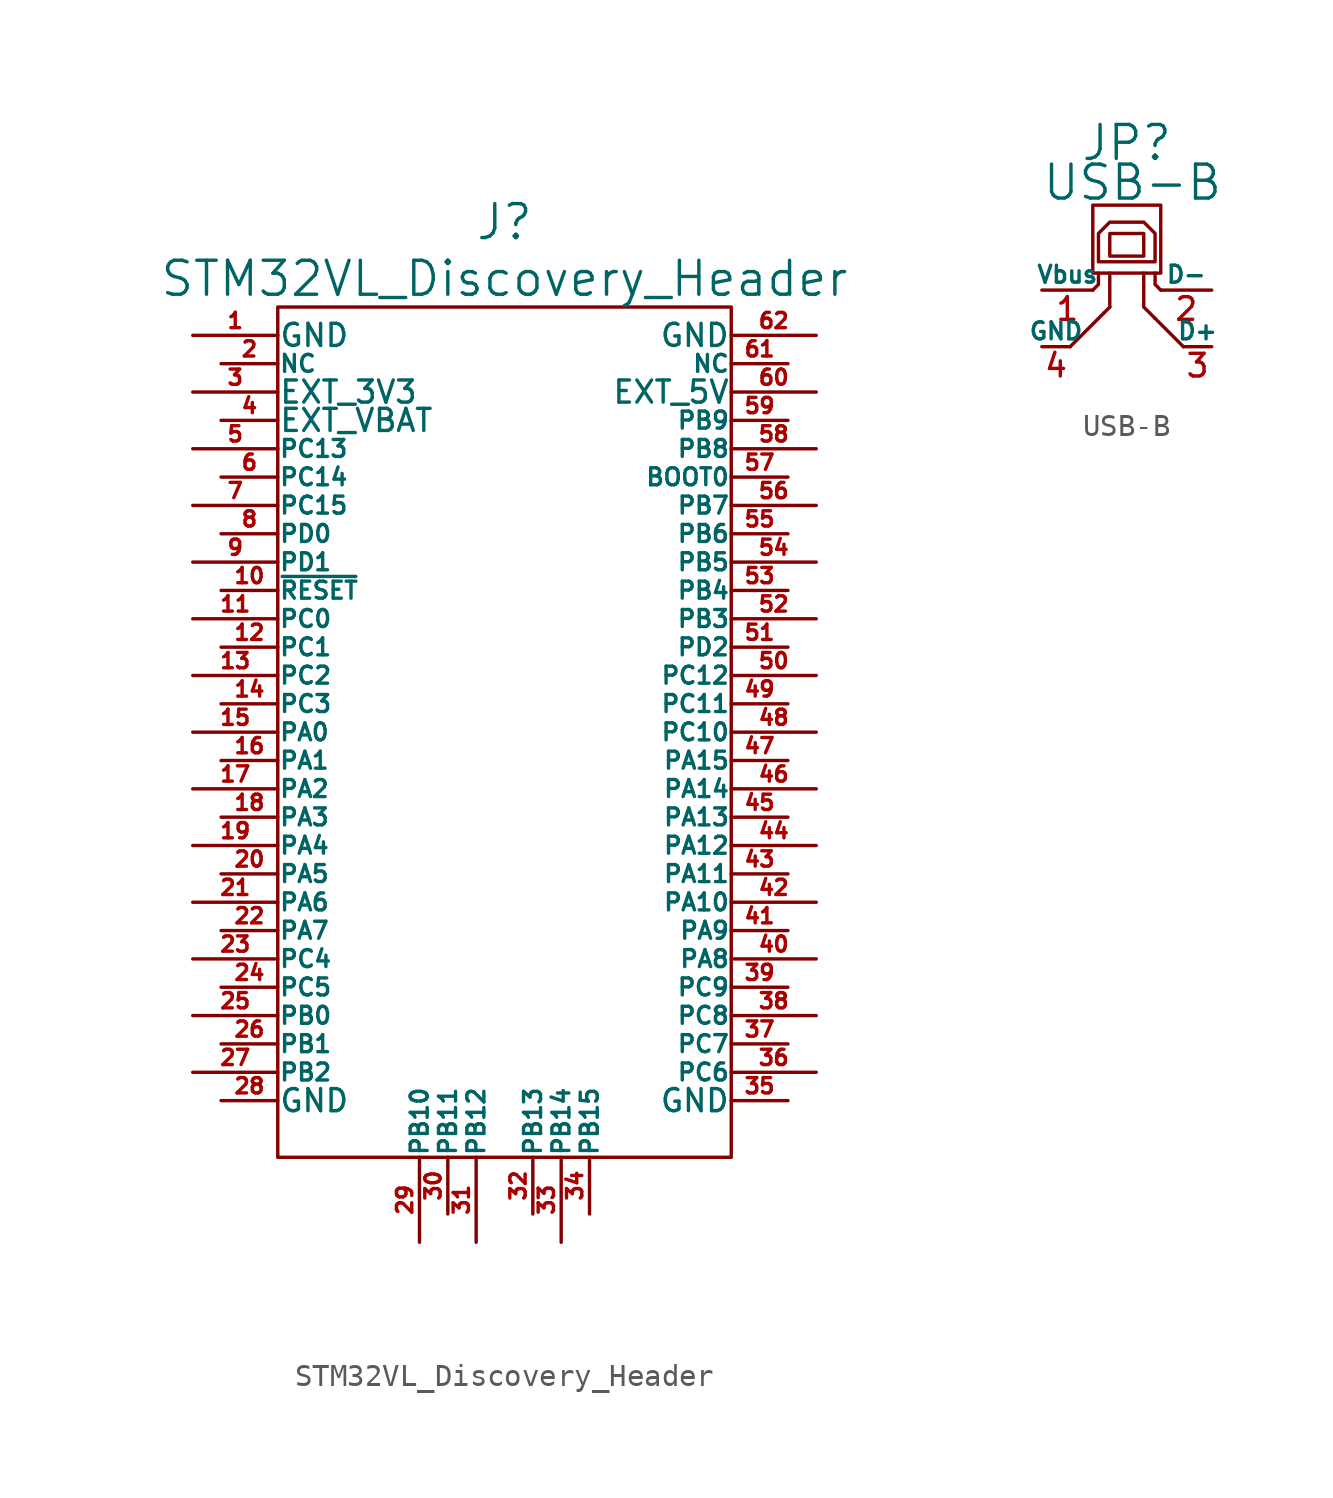
<source format=kicad_sym>
(kicad_symbol_lib
  (version 20220914)
  (generator kicad_symbol_editor)
  (symbol "STM32VL_Discovery_Header"
    (pin_names
      (offset 0.025))
    (property "Reference" "J"
      (at 0 22.86 0)
      (effects (font (size 1.524 1.524))))
    (property "Value" "STM32VL_Discovery_Header"
      (at 0 20.32 0)
      (effects (font (size 1.524 1.524))))
    (property "Footprint" ""
      (at 0 -2.54 0)
      (effects (font (size 1.524 1.524))))
    (property "Datasheet" ""
      (at 0 0 0)
      (effects (font (size 1.524 1.524))))
    (symbol "STM32VL_Discovery_Header_0_1"
      (rectangle (start -10.16 19.05) (end 10.16 -19.05) (stroke (width 0) (type solid)) (fill (type none))))
    (symbol "STM32VL_Discovery_Header_1_1"
      (pin passive line (at -13.97 17.78 0) (length 3.81) (name "GND" (effects (font (size 0.991 0.991)))) (number "1" (effects (font (size 0.686 0.686)))))
      (pin passive line (at -12.7 6.35 0) (length 2.54) (name "~{RESET}" (effects (font (size 0.762 0.762)))) (number "10" (effects (font (size 0.686 0.686)))))
      (pin passive line (at -13.97 5.08 0) (length 3.81) (name "PC0" (effects (font (size 0.762 0.762)))) (number "11" (effects (font (size 0.686 0.686)))))
      (pin passive line (at -12.7 3.81 0) (length 2.54) (name "PC1" (effects (font (size 0.762 0.762)))) (number "12" (effects (font (size 0.686 0.686)))))
      (pin passive line (at -13.97 2.54 0) (length 3.81) (name "PC2" (effects (font (size 0.762 0.762)))) (number "13" (effects (font (size 0.686 0.686)))))
      (pin passive line (at -12.7 1.27 0) (length 2.54) (name "PC3" (effects (font (size 0.762 0.762)))) (number "14" (effects (font (size 0.686 0.686)))))
      (pin passive line (at -13.97 0 0) (length 3.81) (name "PA0" (effects (font (size 0.762 0.762)))) (number "15" (effects (font (size 0.686 0.686)))))
      (pin passive line (at -12.7 -1.27 0) (length 2.54) (name "PA1" (effects (font (size 0.762 0.762)))) (number "16" (effects (font (size 0.686 0.686)))))
      (pin passive line (at -13.97 -2.54 0) (length 3.81) (name "PA2" (effects (font (size 0.762 0.762)))) (number "17" (effects (font (size 0.686 0.686)))))
      (pin passive line (at -12.7 -3.81 0) (length 2.54) (name "PA3" (effects (font (size 0.762 0.762)))) (number "18" (effects (font (size 0.686 0.686)))))
      (pin passive line (at -13.97 -5.08 0) (length 3.81) (name "PA4" (effects (font (size 0.762 0.762)))) (number "19" (effects (font (size 0.686 0.686)))))
      (pin passive line (at -12.7 16.51 0) (length 2.54) (name "NC" (effects (font (size 0.762 0.762)))) (number "2" (effects (font (size 0.686 0.686)))))
      (pin passive line (at -12.7 -6.35 0) (length 2.54) (name "PA5" (effects (font (size 0.762 0.762)))) (number "20" (effects (font (size 0.686 0.686)))))
      (pin passive line (at -13.97 -7.62 0) (length 3.81) (name "PA6" (effects (font (size 0.762 0.762)))) (number "21" (effects (font (size 0.686 0.686)))))
      (pin passive line (at -12.7 -8.89 0) (length 2.54) (name "PA7" (effects (font (size 0.762 0.762)))) (number "22" (effects (font (size 0.686 0.686)))))
      (pin passive line (at -13.97 -10.16 0) (length 3.81) (name "PC4" (effects (font (size 0.762 0.762)))) (number "23" (effects (font (size 0.686 0.686)))))
      (pin passive line (at -12.7 -11.43 0) (length 2.54) (name "PC5" (effects (font (size 0.762 0.762)))) (number "24" (effects (font (size 0.686 0.686)))))
      (pin passive line (at -13.97 -12.7 0) (length 3.81) (name "PB0" (effects (font (size 0.762 0.762)))) (number "25" (effects (font (size 0.686 0.686)))))
      (pin passive line (at -12.7 -13.97 0) (length 2.54) (name "PB1" (effects (font (size 0.762 0.762)))) (number "26" (effects (font (size 0.686 0.686)))))
      (pin passive line (at -13.97 -15.24 0) (length 3.81) (name "PB2" (effects (font (size 0.762 0.762)))) (number "27" (effects (font (size 0.686 0.686)))))
      (pin passive line (at -12.7 -16.51 0) (length 2.54) (name "GND" (effects (font (size 0.991 0.991)))) (number "28" (effects (font (size 0.686 0.686)))))
      (pin passive line (at -3.81 -22.86 90) (length 3.81) (name "PB10" (effects (font (size 0.762 0.762)))) (number "29" (effects (font (size 0.686 0.686)))))
      (pin passive line (at -13.97 15.24 0) (length 3.81) (name "EXT_3V3" (effects (font (size 0.991 0.991)))) (number "3" (effects (font (size 0.686 0.686)))))
      (pin passive line (at -2.54 -21.59 90) (length 2.54) (name "PB11" (effects (font (size 0.762 0.762)))) (number "30" (effects (font (size 0.686 0.686)))))
      (pin passive line (at -1.27 -22.86 90) (length 3.81) (name "PB12" (effects (font (size 0.762 0.762)))) (number "31" (effects (font (size 0.686 0.686)))))
      (pin passive line (at 1.27 -21.59 90) (length 2.54) (name "PB13" (effects (font (size 0.762 0.762)))) (number "32" (effects (font (size 0.686 0.686)))))
      (pin passive line (at 2.54 -22.86 90) (length 3.81) (name "PB14" (effects (font (size 0.762 0.762)))) (number "33" (effects (font (size 0.686 0.686)))))
      (pin passive line (at 3.81 -21.59 90) (length 2.54) (name "PB15" (effects (font (size 0.762 0.762)))) (number "34" (effects (font (size 0.686 0.686)))))
      (pin passive line (at 12.7 -16.51 180) (length 2.54) (name "GND" (effects (font (size 0.991 0.991)))) (number "35" (effects (font (size 0.686 0.686)))))
      (pin passive line (at 13.97 -15.24 180) (length 3.81) (name "PC6" (effects (font (size 0.762 0.762)))) (number "36" (effects (font (size 0.686 0.686)))))
      (pin passive line (at 12.7 -13.97 180) (length 2.54) (name "PC7" (effects (font (size 0.762 0.762)))) (number "37" (effects (font (size 0.686 0.686)))))
      (pin passive line (at 13.97 -12.7 180) (length 3.81) (name "PC8" (effects (font (size 0.762 0.762)))) (number "38" (effects (font (size 0.686 0.686)))))
      (pin passive line (at 12.7 -11.43 180) (length 2.54) (name "PC9" (effects (font (size 0.762 0.762)))) (number "39" (effects (font (size 0.686 0.686)))))
      (pin passive line (at -12.7 13.97 0) (length 2.54) (name "EXT_VBAT" (effects (font (size 0.991 0.991)))) (number "4" (effects (font (size 0.686 0.686)))))
      (pin passive line (at 13.97 -10.16 180) (length 3.81) (name "PA8" (effects (font (size 0.762 0.762)))) (number "40" (effects (font (size 0.686 0.686)))))
      (pin passive line (at 12.7 -8.89 180) (length 2.54) (name "PA9" (effects (font (size 0.762 0.762)))) (number "41" (effects (font (size 0.686 0.686)))))
      (pin passive line (at 13.97 -7.62 180) (length 3.81) (name "PA10" (effects (font (size 0.762 0.762)))) (number "42" (effects (font (size 0.686 0.686)))))
      (pin passive line (at 12.7 -6.35 180) (length 2.54) (name "PA11" (effects (font (size 0.762 0.762)))) (number "43" (effects (font (size 0.686 0.686)))))
      (pin passive line (at 13.97 -5.08 180) (length 3.81) (name "PA12" (effects (font (size 0.762 0.762)))) (number "44" (effects (font (size 0.686 0.686)))))
      (pin passive line (at 12.7 -3.81 180) (length 2.54) (name "PA13" (effects (font (size 0.762 0.762)))) (number "45" (effects (font (size 0.686 0.686)))))
      (pin passive line (at 13.97 -2.54 180) (length 3.81) (name "PA14" (effects (font (size 0.762 0.762)))) (number "46" (effects (font (size 0.686 0.686)))))
      (pin passive line (at 12.7 -1.27 180) (length 2.54) (name "PA15" (effects (font (size 0.762 0.762)))) (number "47" (effects (font (size 0.686 0.686)))))
      (pin passive line (at 13.97 0 180) (length 3.81) (name "PC10" (effects (font (size 0.762 0.762)))) (number "48" (effects (font (size 0.686 0.686)))))
      (pin passive line (at 12.7 1.27 180) (length 2.54) (name "PC11" (effects (font (size 0.762 0.762)))) (number "49" (effects (font (size 0.686 0.686)))))
      (pin passive line (at -13.97 12.7 0) (length 3.81) (name "PC13" (effects (font (size 0.762 0.762)))) (number "5" (effects (font (size 0.686 0.686)))))
      (pin passive line (at 13.97 2.54 180) (length 3.81) (name "PC12" (effects (font (size 0.762 0.762)))) (number "50" (effects (font (size 0.686 0.686)))))
      (pin passive line (at 12.7 3.81 180) (length 2.54) (name "PD2" (effects (font (size 0.762 0.762)))) (number "51" (effects (font (size 0.686 0.686)))))
      (pin passive line (at 13.97 5.08 180) (length 3.81) (name "PB3" (effects (font (size 0.762 0.762)))) (number "52" (effects (font (size 0.686 0.686)))))
      (pin passive line (at 12.7 6.35 180) (length 2.54) (name "PB4" (effects (font (size 0.762 0.762)))) (number "53" (effects (font (size 0.686 0.686)))))
      (pin passive line (at 13.97 7.62 180) (length 3.81) (name "PB5" (effects (font (size 0.762 0.762)))) (number "54" (effects (font (size 0.686 0.686)))))
      (pin passive line (at 12.7 8.89 180) (length 2.54) (name "PB6" (effects (font (size 0.762 0.762)))) (number "55" (effects (font (size 0.686 0.686)))))
      (pin passive line (at 13.97 10.16 180) (length 3.81) (name "PB7" (effects (font (size 0.762 0.762)))) (number "56" (effects (font (size 0.686 0.686)))))
      (pin passive line (at 12.7 11.43 180) (length 2.54) (name "BOOT0" (effects (font (size 0.762 0.762)))) (number "57" (effects (font (size 0.686 0.686)))))
      (pin passive line (at 13.97 12.7 180) (length 3.81) (name "PB8" (effects (font (size 0.762 0.762)))) (number "58" (effects (font (size 0.686 0.686)))))
      (pin passive line (at 12.7 13.97 180) (length 2.54) (name "PB9" (effects (font (size 0.762 0.762)))) (number "59" (effects (font (size 0.686 0.686)))))
      (pin passive line (at -12.7 11.43 0) (length 2.54) (name "PC14" (effects (font (size 0.762 0.762)))) (number "6" (effects (font (size 0.686 0.686)))))
      (pin passive line (at 13.97 15.24 180) (length 3.81) (name "EXT_5V" (effects (font (size 0.991 0.991)))) (number "60" (effects (font (size 0.686 0.686)))))
      (pin passive line (at 12.7 16.51 180) (length 2.54) (name "NC" (effects (font (size 0.762 0.762)))) (number "61" (effects (font (size 0.686 0.686)))))
      (pin passive line (at 13.97 17.78 180) (length 3.81) (name "GND" (effects (font (size 0.991 0.991)))) (number "62" (effects (font (size 0.686 0.686)))))
      (pin passive line (at -13.97 10.16 0) (length 3.81) (name "PC15" (effects (font (size 0.762 0.762)))) (number "7" (effects (font (size 0.686 0.686)))))
      (pin passive line (at -12.7 8.89 0) (length 2.54) (name "PD0" (effects (font (size 0.762 0.762)))) (number "8" (effects (font (size 0.686 0.686)))))
      (pin passive line (at -13.97 7.62 0) (length 3.81) (name "PD1" (effects (font (size 0.762 0.762)))) (number "9" (effects (font (size 0.686 0.686)))))))
  (symbol "USB-B"
    (pin_names
      (offset 0))
    (property "Reference" "JP"
      (at 0 5.334 0)
      (effects (font (size 1.524 1.524))))
    (property "Value" "USB-B"
      (at 0.254 3.556 0)
      (effects (font (size 1.524 1.524))))
    (property "Footprint" ""
      (at 0 0 0)
      (effects (font (size 1.524 1.524))))
    (property "Datasheet" ""
      (at 0 0 0)
      (effects (font (size 1.524 1.524))))
    (symbol "USB-B_0_1"
      (rectangle (start -1.524 2.54) (end 1.524 -0.508) (stroke (width 0) (type solid)) (fill (type none)))
      (polyline (pts (xy -1.27 -2.54) (xy -2.54 -3.81) (xy -2.54 -3.81)) (stroke (width 0) (type solid)) (fill (type none)))
      (polyline (pts (xy -1.016 -2.286) (xy -1.27 -2.54) (xy -1.27 -2.54)) (stroke (width 0) (type solid)) (fill (type none)))
      (polyline (pts (xy -0.762 -2.032) (xy -1.016 -2.286) (xy -1.016 -2.286)) (stroke (width 0) (type solid)) (fill (type none)))
      (polyline (pts (xy -0.762 -2.032) (xy -0.762 -0.508) (xy -0.762 -0.508)) (stroke (width 0) (type solid)) (fill (type none)))
      (polyline (pts (xy 2.54 -3.81) (xy 1.27 -2.54) (xy 1.27 -2.54)) (stroke (width 0) (type solid)) (fill (type none)))
      (polyline (pts (xy -1.27 -0.508) (xy -1.27 -1.016) (xy -1.524 -1.27) (xy -1.524 -1.27)) (stroke (width 0) (type solid)) (fill (type none)))
      (polyline (pts (xy 0.762 -0.508) (xy 0.762 -2.032) (xy 1.27 -2.54) (xy 1.27 -2.54)) (stroke (width 0) (type solid)) (fill (type none)))
      (polyline (pts (xy 1.27 -0.508) (xy 1.27 -1.016) (xy 1.524 -1.27) (xy 1.524 -1.27)) (stroke (width 0) (type solid)) (fill (type none)))
      (polyline (pts (xy -0.762 1.27) (xy -0.762 0.254) (xy 0.762 0.254) (xy 0.762 1.27) (xy -0.762 1.27) (xy -0.762 1.27)) (stroke (width 0) (type solid)) (fill (type none)))
      (polyline (pts (xy -1.27 0) (xy -1.27 1.27) (xy -0.762 1.778) (xy 0.762 1.778) (xy 1.27 1.27) (xy 1.27 0) (xy -1.27 0) (xy -1.27 0)) (stroke (width 0) (type solid)) (fill (type none))))
    (symbol "USB-B_1_1"
      (pin power_out line (at -3.81 -1.27 0) (length 2.286) (name "Vbus" (effects (font (size 0.762 0.762)))) (number "1" (effects (font (size 1.016 1.016)))))
      (pin bidirectional line (at 3.81 -1.27 180) (length 2.286) (name "D-" (effects (font (size 0.762 0.762)))) (number "2" (effects (font (size 1.016 1.016)))))
      (pin bidirectional line (at 3.81 -3.81 180) (length 1.27) (name "D+" (effects (font (size 0.762 0.762)))) (number "3" (effects (font (size 1.016 1.016)))))
      (pin power_out line (at -3.81 -3.81 0) (length 1.27) (name "GND" (effects (font (size 0.762 0.762)))) (number "4" (effects (font (size 1.016 1.016))))))))
</source>
